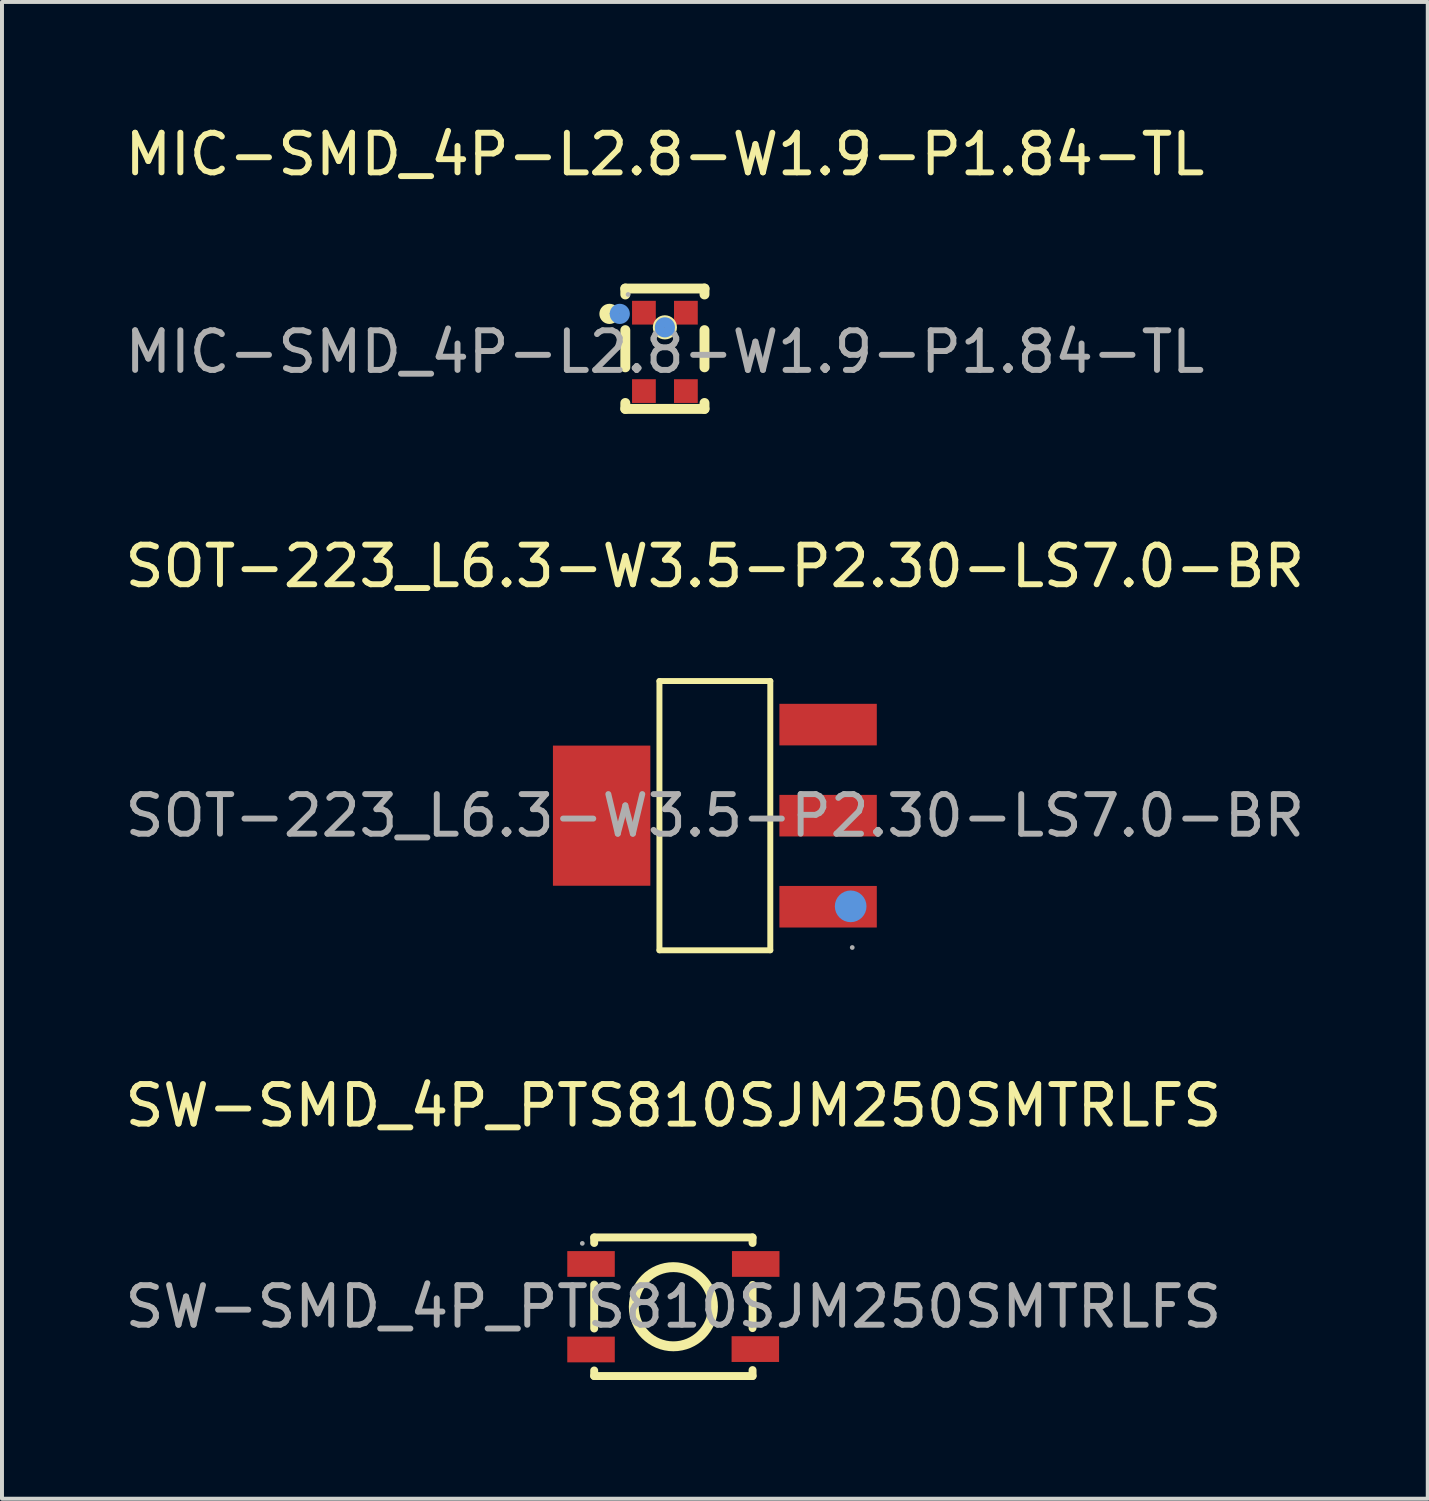
<source format=kicad_pcb>
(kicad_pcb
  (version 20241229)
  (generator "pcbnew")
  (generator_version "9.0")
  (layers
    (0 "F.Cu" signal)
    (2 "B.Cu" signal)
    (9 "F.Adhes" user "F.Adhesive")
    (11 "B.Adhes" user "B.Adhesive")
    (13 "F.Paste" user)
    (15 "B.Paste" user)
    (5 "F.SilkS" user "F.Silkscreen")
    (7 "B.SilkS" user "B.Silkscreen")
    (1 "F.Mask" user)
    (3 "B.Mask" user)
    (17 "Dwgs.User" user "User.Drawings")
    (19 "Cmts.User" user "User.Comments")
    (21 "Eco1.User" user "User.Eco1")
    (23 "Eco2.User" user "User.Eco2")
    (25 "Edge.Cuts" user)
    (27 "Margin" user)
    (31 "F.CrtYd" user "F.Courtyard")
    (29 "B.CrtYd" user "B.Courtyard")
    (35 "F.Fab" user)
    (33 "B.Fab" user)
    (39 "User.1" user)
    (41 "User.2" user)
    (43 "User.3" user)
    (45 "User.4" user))
  (footprint "SW-SMD_4P_PTS810SJM250SMTRLFS"
    (layer "F.Cu")
    (at 13.958 29.955)
    (property "Reference" "SW-SMD_4P_PTS810SJM250SMTRLFS" (at 0 -5.08 0) (layer "F.SilkS") (effects (font (size 1 1) (thickness 0.15))))
    (attr smd)
    (fp_line (start -2 -1.75) (end -2 -1.61) (stroke (width 0.2) (type solid)) (layer "F.SilkS"))
    (fp_line (start -2 -0.56) (end -2 0.55) (stroke (width 0.2) (type solid)) (layer "F.SilkS"))
    (fp_line (start -2 1.61) (end -2 1.75) (stroke (width 0.2) (type solid)) (layer "F.SilkS"))
    (fp_line (start -2 1.75) (end 2 1.75) (stroke (width 0.2) (type solid)) (layer "F.SilkS"))
    (fp_line (start 2 -1.75) (end -2 -1.75) (stroke (width 0.2) (type solid)) (layer "F.SilkS"))
    (fp_line (start 2 -1.61) (end 2 -1.75) (stroke (width 0.2) (type solid)) (layer "F.SilkS"))
    (fp_line (start 2 0.54) (end 2 -0.55) (stroke (width 0.2) (type solid)) (layer "F.SilkS"))
    (fp_line (start 2 1.75) (end 2 1.6) (stroke (width 0.2) (type solid)) (layer "F.SilkS"))
    (fp_circle (center 0 0) (end 1 0) (stroke (width 0.25) (type solid)) (fill no) (layer "F.SilkS"))
    (fp_circle (center -2.3 -1.6) (end -2.27 -1.6) (stroke (width 0.06) (type solid)) (fill no) (layer "F.Fab"))
    (fp_text user "${REFERENCE}" (at 0 0 0) (layer "F.Fab") (effects (font (size 1 1) (thickness 0.15))))
    (pad "1" smd rect (at -2.08 -1.08) (size 1.2 0.65) (layers "F.Cu" "F.Mask" "F.Paste"))
    (pad "2" smd rect (at 2.08 -1.08) (size 1.2 0.65) (layers "F.Cu" "F.Mask" "F.Paste"))
    (pad "3" smd rect (at -2.08 1.08) (size 1.2 0.65) (layers "F.Cu" "F.Mask" "F.Paste"))
    (pad "4" smd rect (at 2.07 1.07) (size 1.2 0.65) (layers "F.Cu" "F.Mask" "F.Paste")))
  (footprint "MIC-SMD_4P-L2.8-W1.9-P1.84-TL"
    (layer "F.Cu")
    (at 13.744 5.838)
    (property "Reference" "MIC-SMD_4P-L2.8-W1.9-P1.84-TL" (at 0 -4.99 0) (layer "F.SilkS") (effects (font (size 1 1) (thickness 0.15))))
    (attr smd)
    (fp_line (start -1 -1.6) (end -1 -1.45) (stroke (width 0.25) (type solid)) (layer "F.SilkS"))
    (fp_line (start -1 -1.6) (end 1 -1.6) (stroke (width 0.25) (type solid)) (layer "F.SilkS"))
    (fp_line (start -1 -0.55) (end -1 0.39) (stroke (width 0.25) (type solid)) (layer "F.SilkS"))
    (fp_line (start -1 1.29) (end -1 1.44) (stroke (width 0.25) (type solid)) (layer "F.SilkS"))
    (fp_line (start -1 1.44) (end 1 1.44) (stroke (width 0.25) (type solid)) (layer "F.SilkS"))
    (fp_line (start 1 -1.6) (end 1 -1.45) (stroke (width 0.25) (type solid)) (layer "F.SilkS"))
    (fp_line (start 1 -0.55) (end 1 0.39) (stroke (width 0.25) (type solid)) (layer "F.SilkS"))
    (fp_line (start 1 1.29) (end 1 1.44) (stroke (width 0.25) (type solid)) (layer "F.SilkS"))
    (fp_circle (center -1.4 -0.96) (end -1.27 -0.96) (stroke (width 0.25) (type solid)) (fill no) (layer "F.SilkS"))
    (fp_circle (center 0 -0.62) (end 0.18 -0.62) (stroke (width 0.25) (type solid)) (fill no) (layer "F.SilkS"))
    (fp_circle (center -1.14 -0.96) (end -1.01 -0.96) (stroke (width 0.25) (type solid)) (fill no) (layer "Cmts.User"))
    (fp_circle (center 0 -0.62) (end 0.13 -0.62) (stroke (width 0.25) (type solid)) (fill no) (layer "Cmts.User"))
    (fp_circle (center -0.93 -1.45) (end -0.9 -1.45) (stroke (width 0.06) (type solid)) (fill no) (layer "F.Fab"))
    (fp_text user "${REFERENCE}" (at 0 0 0) (layer "F.Fab") (effects (font (size 1 1) (thickness 0.15))))
    (pad "1" smd rect (at -0.53 -0.99) (size 0.6 0.6) (layers "F.Cu" "F.Mask" "F.Paste"))
    (pad "2" smd rect (at -0.53 0.99) (size 0.6 0.6) (layers "F.Cu" "F.Mask" "F.Paste"))
    (pad "3" smd rect (at 0.53 0.99) (size 0.6 0.6) (layers "F.Cu" "F.Mask" "F.Paste"))
    (pad "4" smd rect (at 0.53 -0.99) (size 0.6 0.6) (layers "F.Cu" "F.Mask" "F.Paste")))
  (footprint "SOT-223_L6.3-W3.5-P2.30-LS7.0-BR"
    (layer "F.Cu")
    (at 15.006 17.552)
    (property "Reference" "SOT-223_L6.3-W3.5-P2.30-LS7.0-BR" (at 0 -6.3 0) (layer "F.SilkS") (effects (font (size 1 1) (thickness 0.15))))
    (attr smd)
    (fp_line (start -1.4 -3.4) (end 1.4 -3.4) (stroke (width 0.15) (type solid)) (layer "F.SilkS"))
    (fp_line (start -1.4 3.4) (end -1.4 -3.4) (stroke (width 0.15) (type solid)) (layer "F.SilkS"))
    (fp_line (start 1.4 -3.4) (end 1.4 3.4) (stroke (width 0.15) (type solid)) (layer "F.SilkS"))
    (fp_line (start 1.4 3.4) (end -1.4 3.4) (stroke (width 0.15) (type solid)) (layer "F.SilkS"))
    (fp_circle (center 3.43 2.29) (end 3.63 2.29) (stroke (width 0.4) (type solid)) (fill no) (layer "Cmts.User"))
    (fp_circle (center 3.47 3.33) (end 3.5 3.33) (stroke (width 0.06) (type solid)) (fill no) (layer "F.Fab"))
    (fp_text user "${REFERENCE}" (at 0 0 0) (layer "F.Fab") (effects (font (size 1 1) (thickness 0.15))))
    (pad "1" smd rect (at 2.86 2.3) (size 2.46 1.05) (layers "F.Cu" "F.Mask" "F.Paste"))
    (pad "2" smd rect (at 2.86 0) (size 2.46 1.05) (layers "F.Cu" "F.Mask" "F.Paste"))
    (pad "3" smd rect (at 2.86 -2.3) (size 2.46 1.05) (layers "F.Cu" "F.Mask" "F.Paste"))
    (pad "4" smd rect (at -2.86 0) (size 2.46 3.54) (layers "F.Cu" "F.Mask" "F.Paste")))
  (gr_rect
    (start -3 -3)
    (end 33.012 34.805)
    (stroke (width 0.1) (type default))
    (fill no)
    (layer "Edge.Cuts")))
</source>
